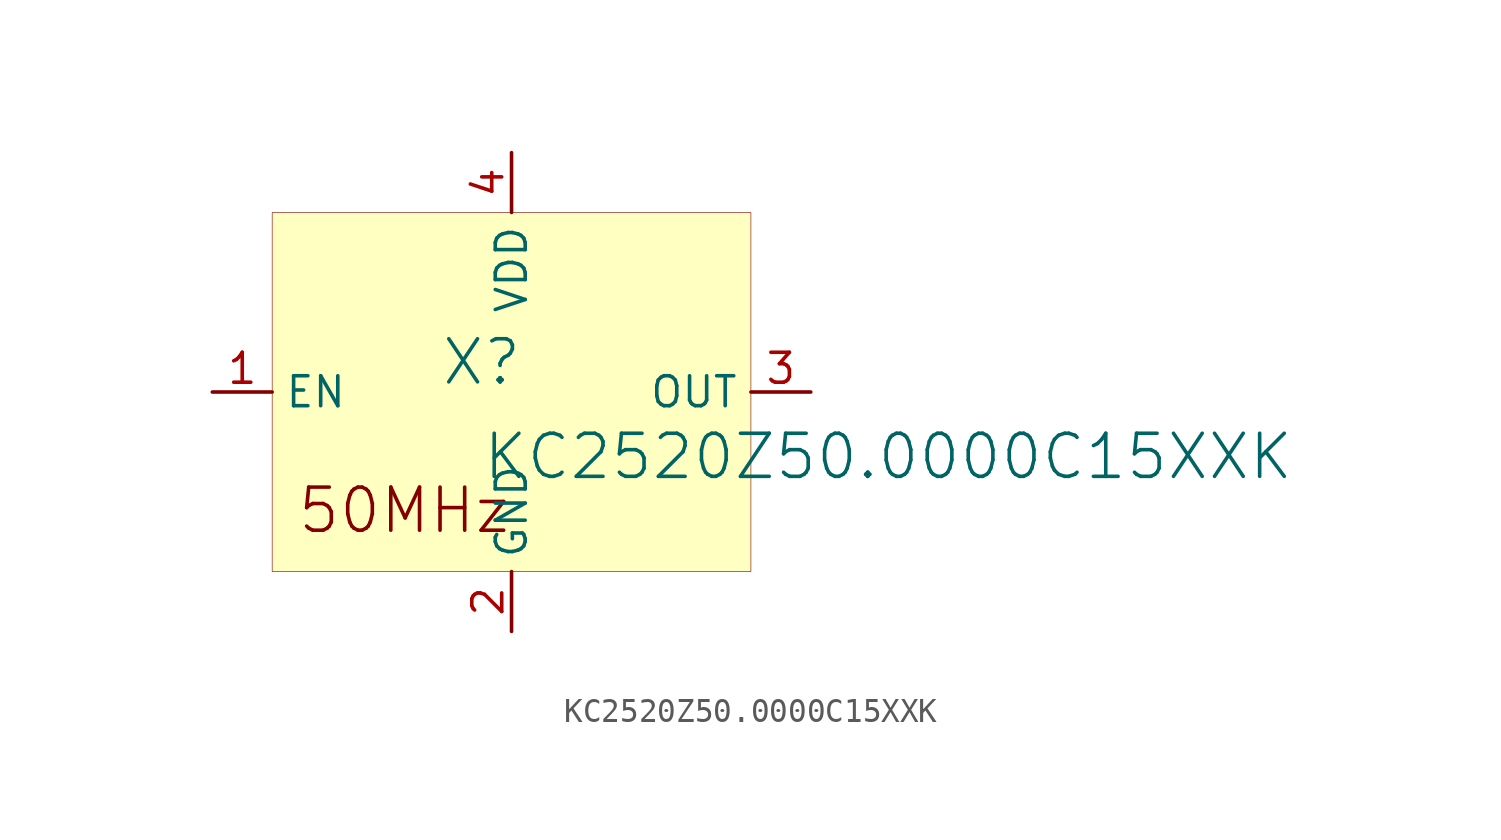
<source format=kicad_sym>
(kicad_symbol_lib
  (version 20231120)
  (generator "kicad_symbol_editor")
  (generator_version "8.0")
  (symbol "KC2520Z50.0000C15XXK"
    (property "Reference" "X"
      (at -1.27 1.27 0)
      (effects (font (size 1.829 1.829))))
    (property "Value" "KC2520Z50.0000C15XXK"
      (at -1.27 -3.81 0)
      (effects (font (size 1.829 1.829)) (justify left bottom)))
    (symbol "KC2520Z50.0000C15XXK_1_0"
      (rectangle (start 10.16 7.62) (end -10.16 -7.62) (stroke (width 0.025) (type solid) (color 128 0 0 1)) (fill (type background)))
      (text "50MHz" (at -9.144 -6.096 0) (effects (font (size 1.829 1.829)) (justify left bottom)))
      (pin input line (at -12.7 0 0) (length 2.54) (name "EN" (effects (font (size 1.27 1.27)))) (number "1" (effects (font (size 1.27 1.27)))))
      (pin power_in line (at 0 -10.16 90) (length 2.54) (name "GND" (effects (font (size 1.27 1.27)))) (number "2" (effects (font (size 1.27 1.27)))))
      (pin passive line (at 12.7 0 180) (length 2.54) (name "OUT" (effects (font (size 1.27 1.27)))) (number "3" (effects (font (size 1.27 1.27)))))
      (pin power_in line (at 0 10.16 270) (length 2.54) (name "VDD" (effects (font (size 1.27 1.27)))) (number "4" (effects (font (size 1.27 1.27))))))))
</source>
